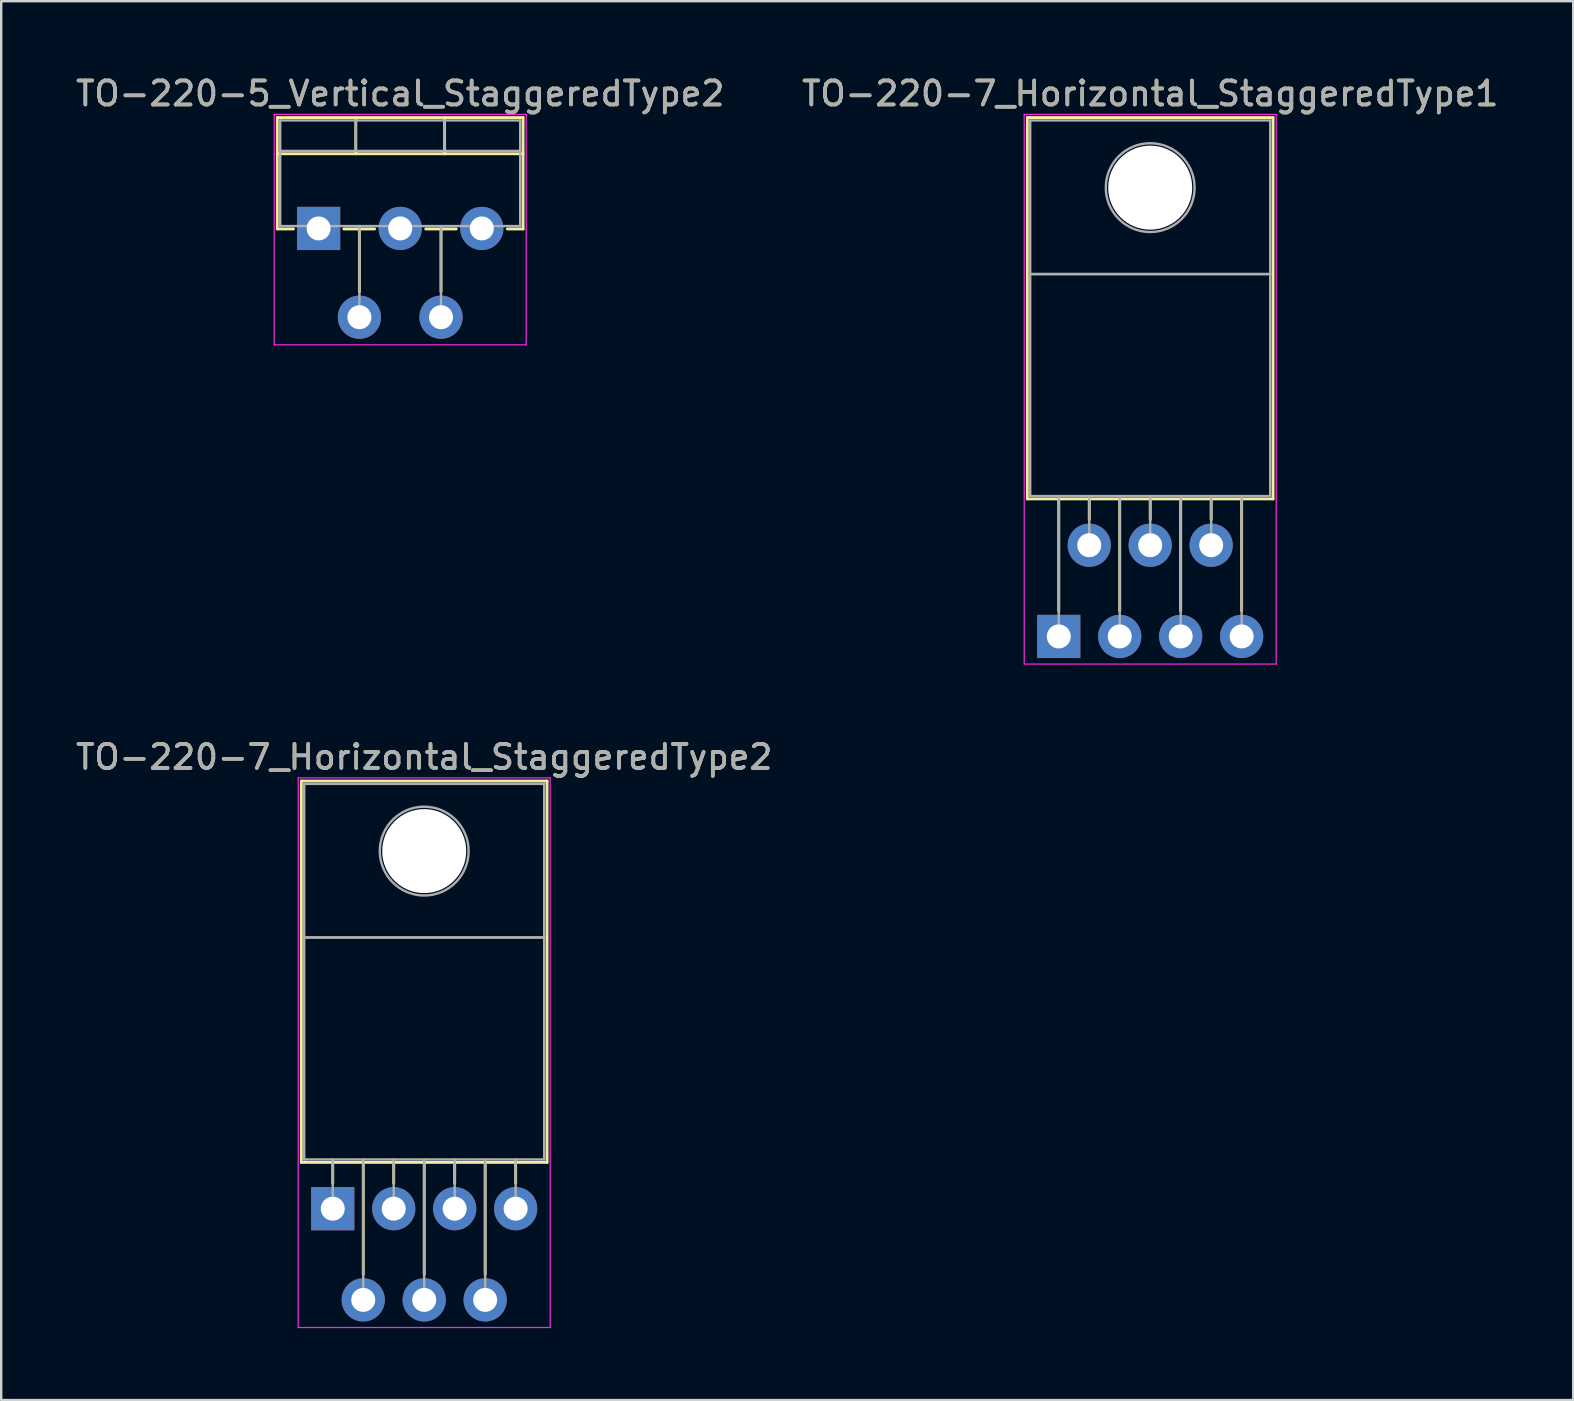
<source format=kicad_pcb>
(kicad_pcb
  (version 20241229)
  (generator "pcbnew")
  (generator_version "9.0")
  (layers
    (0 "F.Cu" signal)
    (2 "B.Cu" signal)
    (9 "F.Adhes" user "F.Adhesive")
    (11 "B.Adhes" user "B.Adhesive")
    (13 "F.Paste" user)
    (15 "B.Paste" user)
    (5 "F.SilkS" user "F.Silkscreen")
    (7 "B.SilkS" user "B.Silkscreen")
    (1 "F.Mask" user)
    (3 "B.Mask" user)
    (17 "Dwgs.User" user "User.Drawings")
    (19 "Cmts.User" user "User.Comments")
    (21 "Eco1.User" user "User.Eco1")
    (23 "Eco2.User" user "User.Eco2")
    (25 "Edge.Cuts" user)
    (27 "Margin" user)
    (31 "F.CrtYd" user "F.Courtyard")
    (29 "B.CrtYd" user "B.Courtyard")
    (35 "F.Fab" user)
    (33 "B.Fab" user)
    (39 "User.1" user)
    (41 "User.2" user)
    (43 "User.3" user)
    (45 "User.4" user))
  (footprint "TO-220-5_Vertical_StaggeredType2"
    (layer "F.Cu")
    (at 10.225 6.468)
    (property "Reference" "TO-220-5_Vertical_StaggeredType2" (at 3.4 -5.62 0) (layer "F.SilkS") (effects (font (size 1 1) (thickness 0.15))))
    (attr through_hole)
    (fp_line (start -1.721 -4.62) (end -1.721 0.021) (stroke (width 0.12) (type solid)) (layer "F.SilkS"))
    (fp_line (start -1.721 -4.62) (end 8.52 -4.62) (stroke (width 0.12) (type solid)) (layer "F.SilkS"))
    (fp_line (start -1.721 -3.111) (end 8.52 -3.111) (stroke (width 0.12) (type solid)) (layer "F.SilkS"))
    (fp_line (start -1.721 0.021) (end -1.05 0.021) (stroke (width 0.12) (type solid)) (layer "F.SilkS"))
    (fp_line (start 1.05 0.021) (end 2.335 0.021) (stroke (width 0.12) (type solid)) (layer "F.SilkS"))
    (fp_line (start 1.55 -4.62) (end 1.55 -3.111) (stroke (width 0.12) (type solid)) (layer "F.SilkS"))
    (fp_line (start 1.7 0.021) (end 1.7 2.635) (stroke (width 0.12) (type solid)) (layer "F.SilkS"))
    (fp_line (start 4.465 0.021) (end 5.735 0.021) (stroke (width 0.12) (type solid)) (layer "F.SilkS"))
    (fp_line (start 5.1 0.021) (end 5.1 2.635) (stroke (width 0.12) (type solid)) (layer "F.SilkS"))
    (fp_line (start 5.25 -4.62) (end 5.25 -3.111) (stroke (width 0.12) (type solid)) (layer "F.SilkS"))
    (fp_line (start 7.865 0.021) (end 8.52 0.021) (stroke (width 0.12) (type solid)) (layer "F.SilkS"))
    (fp_line (start 8.52 -4.62) (end 8.52 0.021) (stroke (width 0.12) (type solid)) (layer "F.SilkS"))
    (fp_line (start -1.85 -4.75) (end -1.85 4.85) (stroke (width 0.05) (type solid)) (layer "F.CrtYd"))
    (fp_line (start -1.85 4.85) (end 8.65 4.85) (stroke (width 0.05) (type solid)) (layer "F.CrtYd"))
    (fp_line (start 8.65 -4.75) (end -1.85 -4.75) (stroke (width 0.05) (type solid)) (layer "F.CrtYd"))
    (fp_line (start 8.65 4.85) (end 8.65 -4.75) (stroke (width 0.05) (type solid)) (layer "F.CrtYd"))
    (fp_line (start -1.6 -4.5) (end -1.6 -0.1) (stroke (width 0.1) (type solid)) (layer "F.Fab"))
    (fp_line (start -1.6 -3.23) (end 8.4 -3.23) (stroke (width 0.1) (type solid)) (layer "F.Fab"))
    (fp_line (start -1.6 -0.1) (end 8.4 -0.1) (stroke (width 0.1) (type solid)) (layer "F.Fab"))
    (fp_line (start 0 -0.1) (end 0 0) (stroke (width 0.1) (type solid)) (layer "F.Fab"))
    (fp_line (start 1.55 -4.5) (end 1.55 -3.23) (stroke (width 0.1) (type solid)) (layer "F.Fab"))
    (fp_line (start 1.7 -0.1) (end 1.7 3.7) (stroke (width 0.1) (type solid)) (layer "F.Fab"))
    (fp_line (start 3.4 -0.1) (end 3.4 0) (stroke (width 0.1) (type solid)) (layer "F.Fab"))
    (fp_line (start 5.1 -0.1) (end 5.1 3.7) (stroke (width 0.1) (type solid)) (layer "F.Fab"))
    (fp_line (start 5.25 -4.5) (end 5.25 -3.23) (stroke (width 0.1) (type solid)) (layer "F.Fab"))
    (fp_line (start 6.8 -0.1) (end 6.8 0) (stroke (width 0.1) (type solid)) (layer "F.Fab"))
    (fp_line (start 8.4 -4.5) (end -1.6 -4.5) (stroke (width 0.1) (type solid)) (layer "F.Fab"))
    (fp_line (start 8.4 -0.1) (end 8.4 -4.5) (stroke (width 0.1) (type solid)) (layer "F.Fab"))
    (fp_text user "${REFERENCE}" (at 3.4 -5.62 0) (layer "F.Fab") (effects (font (size 1 1) (thickness 0.15))))
    (pad "1" thru_hole rect (at 0 0) (size 1.8 1.8) (drill 1) (layers "*.Cu" "*.Mask"))
    (pad "2" thru_hole oval (at 1.7 3.7) (size 1.8 1.8) (drill 1) (layers "*.Cu" "*.Mask"))
    (pad "3" thru_hole oval (at 3.4 0) (size 1.8 1.8) (drill 1) (layers "*.Cu" "*.Mask"))
    (pad "4" thru_hole oval (at 5.1 3.7) (size 1.8 1.8) (drill 1) (layers "*.Cu" "*.Mask"))
    (pad "5" thru_hole oval (at 6.8 0) (size 1.8 1.8) (drill 1) (layers "*.Cu" "*.Mask")))
  (footprint "TO-220-7_Horizontal_StaggeredType1"
    (layer "F.Cu")
    (at 41.065 23.468)
    (property "Reference" "TO-220-7_Horizontal_StaggeredType1" (at 3.81 -22.62 0) (layer "F.SilkS") (effects (font (size 1 1) (thickness 0.15))))
    (attr through_hole)
    (fp_line (start -1.31 -21.62) (end -1.31 -5.73) (stroke (width 0.12) (type solid)) (layer "F.SilkS"))
    (fp_line (start -1.31 -21.62) (end 8.93 -21.62) (stroke (width 0.12) (type solid)) (layer "F.SilkS"))
    (fp_line (start -1.31 -5.73) (end 8.93 -5.73) (stroke (width 0.12) (type solid)) (layer "F.SilkS"))
    (fp_line (start 0 -5.73) (end 0 -1.05) (stroke (width 0.12) (type solid)) (layer "F.SilkS"))
    (fp_line (start 1.27 -5.73) (end 1.27 -4.866) (stroke (width 0.12) (type solid)) (layer "F.SilkS"))
    (fp_line (start 2.54 -5.73) (end 2.54 -1.065) (stroke (width 0.12) (type solid)) (layer "F.SilkS"))
    (fp_line (start 3.81 -5.73) (end 3.81 -4.866) (stroke (width 0.12) (type solid)) (layer "F.SilkS"))
    (fp_line (start 5.08 -5.73) (end 5.08 -1.065) (stroke (width 0.12) (type solid)) (layer "F.SilkS"))
    (fp_line (start 6.35 -5.73) (end 6.35 -4.866) (stroke (width 0.12) (type solid)) (layer "F.SilkS"))
    (fp_line (start 7.62 -5.73) (end 7.62 -1.065) (stroke (width 0.12) (type solid)) (layer "F.SilkS"))
    (fp_line (start 8.93 -21.62) (end 8.93 -5.73) (stroke (width 0.12) (type solid)) (layer "F.SilkS"))
    (fp_line (start -1.44 -21.75) (end -1.44 1.15) (stroke (width 0.05) (type solid)) (layer "F.CrtYd"))
    (fp_line (start -1.44 1.15) (end 9.06 1.15) (stroke (width 0.05) (type solid)) (layer "F.CrtYd"))
    (fp_line (start 9.06 -21.75) (end -1.44 -21.75) (stroke (width 0.05) (type solid)) (layer "F.CrtYd"))
    (fp_line (start 9.06 1.15) (end 9.06 -21.75) (stroke (width 0.05) (type solid)) (layer "F.CrtYd"))
    (fp_line (start -1.19 -21.5) (end 8.81 -21.5) (stroke (width 0.1) (type solid)) (layer "F.Fab"))
    (fp_line (start -1.19 -15.1) (end -1.19 -21.5) (stroke (width 0.1) (type solid)) (layer "F.Fab"))
    (fp_line (start -1.19 -15.1) (end 8.81 -15.1) (stroke (width 0.1) (type solid)) (layer "F.Fab"))
    (fp_line (start -1.19 -5.85) (end -1.19 -15.1) (stroke (width 0.1) (type solid)) (layer "F.Fab"))
    (fp_line (start 0 -5.85) (end 0 0) (stroke (width 0.1) (type solid)) (layer "F.Fab"))
    (fp_line (start 1.27 -5.85) (end 1.27 -3.8) (stroke (width 0.1) (type solid)) (layer "F.Fab"))
    (fp_line (start 2.54 -5.85) (end 2.54 0) (stroke (width 0.1) (type solid)) (layer "F.Fab"))
    (fp_line (start 3.81 -5.85) (end 3.81 -3.8) (stroke (width 0.1) (type solid)) (layer "F.Fab"))
    (fp_line (start 5.08 -5.85) (end 5.08 0) (stroke (width 0.1) (type solid)) (layer "F.Fab"))
    (fp_line (start 6.35 -5.85) (end 6.35 -3.8) (stroke (width 0.1) (type solid)) (layer "F.Fab"))
    (fp_line (start 7.62 -5.85) (end 7.62 0) (stroke (width 0.1) (type solid)) (layer "F.Fab"))
    (fp_line (start 8.81 -21.5) (end 8.81 -15.1) (stroke (width 0.1) (type solid)) (layer "F.Fab"))
    (fp_line (start 8.81 -15.1) (end -1.19 -15.1) (stroke (width 0.1) (type solid)) (layer "F.Fab"))
    (fp_line (start 8.81 -15.1) (end 8.81 -5.85) (stroke (width 0.1) (type solid)) (layer "F.Fab"))
    (fp_line (start 8.81 -5.85) (end -1.19 -5.85) (stroke (width 0.1) (type solid)) (layer "F.Fab"))
    (fp_circle (center 3.81 -18.7) (end 5.66 -18.7) (stroke (width 0.1) (type solid)) (fill no) (layer "F.Fab"))
    (fp_text user "${REFERENCE}" (at 3.81 -22.62 0) (layer "F.Fab") (effects (font (size 1 1) (thickness 0.15))))
    (pad "" np_thru_hole oval (at 3.81 -18.7) (size 3.5 3.5) (drill 3.5) (layers "*.Cu" "*.Mask"))
    (pad "1" thru_hole rect (at 0 0) (size 1.8 1.8) (drill 1) (layers "*.Cu" "*.Mask"))
    (pad "2" thru_hole oval (at 1.27 -3.8) (size 1.8 1.8) (drill 1) (layers "*.Cu" "*.Mask"))
    (pad "3" thru_hole oval (at 2.54 0) (size 1.8 1.8) (drill 1) (layers "*.Cu" "*.Mask"))
    (pad "4" thru_hole oval (at 3.81 -3.8) (size 1.8 1.8) (drill 1) (layers "*.Cu" "*.Mask"))
    (pad "5" thru_hole oval (at 5.08 0) (size 1.8 1.8) (drill 1) (layers "*.Cu" "*.Mask"))
    (pad "6" thru_hole oval (at 6.35 -3.8) (size 1.8 1.8) (drill 1) (layers "*.Cu" "*.Mask"))
    (pad "7" thru_hole oval (at 7.62 0) (size 1.8 1.8) (drill 1) (layers "*.Cu" "*.Mask")))
  (footprint "TO-220-7_Horizontal_StaggeredType2"
    (layer "F.Cu")
    (at 10.815 47.312)
    (property "Reference" "TO-220-7_Horizontal_StaggeredType2" (at 3.81 -18.82 0) (layer "F.SilkS") (effects (font (size 1 1) (thickness 0.15))))
    (attr through_hole)
    (fp_line (start -1.31 -17.82) (end -1.31 -1.93) (stroke (width 0.12) (type solid)) (layer "F.SilkS"))
    (fp_line (start -1.31 -17.82) (end 8.93 -17.82) (stroke (width 0.12) (type solid)) (layer "F.SilkS"))
    (fp_line (start -1.31 -1.93) (end 8.93 -1.93) (stroke (width 0.12) (type solid)) (layer "F.SilkS"))
    (fp_line (start 0 -1.93) (end 0 -1.05) (stroke (width 0.12) (type solid)) (layer "F.SilkS"))
    (fp_line (start 1.27 -1.93) (end 1.27 2.735) (stroke (width 0.12) (type solid)) (layer "F.SilkS"))
    (fp_line (start 2.54 -1.93) (end 2.54 -1.066) (stroke (width 0.12) (type solid)) (layer "F.SilkS"))
    (fp_line (start 3.81 -1.93) (end 3.81 2.735) (stroke (width 0.12) (type solid)) (layer "F.SilkS"))
    (fp_line (start 5.08 -1.93) (end 5.08 -1.066) (stroke (width 0.12) (type solid)) (layer "F.SilkS"))
    (fp_line (start 6.35 -1.93) (end 6.35 2.735) (stroke (width 0.12) (type solid)) (layer "F.SilkS"))
    (fp_line (start 7.62 -1.93) (end 7.62 -1.066) (stroke (width 0.12) (type solid)) (layer "F.SilkS"))
    (fp_line (start 8.93 -17.82) (end 8.93 -1.93) (stroke (width 0.12) (type solid)) (layer "F.SilkS"))
    (fp_line (start -1.44 -17.95) (end -1.44 4.95) (stroke (width 0.05) (type solid)) (layer "F.CrtYd"))
    (fp_line (start -1.44 4.95) (end 9.06 4.95) (stroke (width 0.05) (type solid)) (layer "F.CrtYd"))
    (fp_line (start 9.06 -17.95) (end -1.44 -17.95) (stroke (width 0.05) (type solid)) (layer "F.CrtYd"))
    (fp_line (start 9.06 4.95) (end 9.06 -17.95) (stroke (width 0.05) (type solid)) (layer "F.CrtYd"))
    (fp_line (start -1.19 -17.7) (end 8.81 -17.7) (stroke (width 0.1) (type solid)) (layer "F.Fab"))
    (fp_line (start -1.19 -11.3) (end -1.19 -17.7) (stroke (width 0.1) (type solid)) (layer "F.Fab"))
    (fp_line (start -1.19 -11.3) (end 8.81 -11.3) (stroke (width 0.1) (type solid)) (layer "F.Fab"))
    (fp_line (start -1.19 -2.05) (end -1.19 -11.3) (stroke (width 0.1) (type solid)) (layer "F.Fab"))
    (fp_line (start 0 -2.05) (end 0 0) (stroke (width 0.1) (type solid)) (layer "F.Fab"))
    (fp_line (start 1.27 -2.05) (end 1.27 3.8) (stroke (width 0.1) (type solid)) (layer "F.Fab"))
    (fp_line (start 2.54 -2.05) (end 2.54 0) (stroke (width 0.1) (type solid)) (layer "F.Fab"))
    (fp_line (start 3.81 -2.05) (end 3.81 3.8) (stroke (width 0.1) (type solid)) (layer "F.Fab"))
    (fp_line (start 5.08 -2.05) (end 5.08 0) (stroke (width 0.1) (type solid)) (layer "F.Fab"))
    (fp_line (start 6.35 -2.05) (end 6.35 3.8) (stroke (width 0.1) (type solid)) (layer "F.Fab"))
    (fp_line (start 7.62 -2.05) (end 7.62 0) (stroke (width 0.1) (type solid)) (layer "F.Fab"))
    (fp_line (start 8.81 -17.7) (end 8.81 -11.3) (stroke (width 0.1) (type solid)) (layer "F.Fab"))
    (fp_line (start 8.81 -11.3) (end -1.19 -11.3) (stroke (width 0.1) (type solid)) (layer "F.Fab"))
    (fp_line (start 8.81 -11.3) (end 8.81 -2.05) (stroke (width 0.1) (type solid)) (layer "F.Fab"))
    (fp_line (start 8.81 -2.05) (end -1.19 -2.05) (stroke (width 0.1) (type solid)) (layer "F.Fab"))
    (fp_circle (center 3.81 -14.9) (end 5.66 -14.9) (stroke (width 0.1) (type solid)) (fill no) (layer "F.Fab"))
    (fp_text user "${REFERENCE}" (at 3.81 -18.82 0) (layer "F.Fab") (effects (font (size 1 1) (thickness 0.15))))
    (pad "" np_thru_hole oval (at 3.81 -14.9) (size 3.5 3.5) (drill 3.5) (layers "*.Cu" "*.Mask"))
    (pad "1" thru_hole rect (at 0 0) (size 1.8 1.8) (drill 1) (layers "*.Cu" "*.Mask"))
    (pad "2" thru_hole oval (at 1.27 3.8) (size 1.8 1.8) (drill 1) (layers "*.Cu" "*.Mask"))
    (pad "3" thru_hole oval (at 2.54 0) (size 1.8 1.8) (drill 1) (layers "*.Cu" "*.Mask"))
    (pad "4" thru_hole oval (at 3.81 3.8) (size 1.8 1.8) (drill 1) (layers "*.Cu" "*.Mask"))
    (pad "5" thru_hole oval (at 5.08 0) (size 1.8 1.8) (drill 1) (layers "*.Cu" "*.Mask"))
    (pad "6" thru_hole oval (at 6.35 3.8) (size 1.8 1.8) (drill 1) (layers "*.Cu" "*.Mask"))
    (pad "7" thru_hole oval (at 7.62 0) (size 1.8 1.8) (drill 1) (layers "*.Cu" "*.Mask")))
  (gr_rect
    (start -3 -3)
    (end 62.5 55.286)
    (stroke (width 0.1) (type default))
    (fill no)
    (layer "Edge.Cuts")))
</source>
